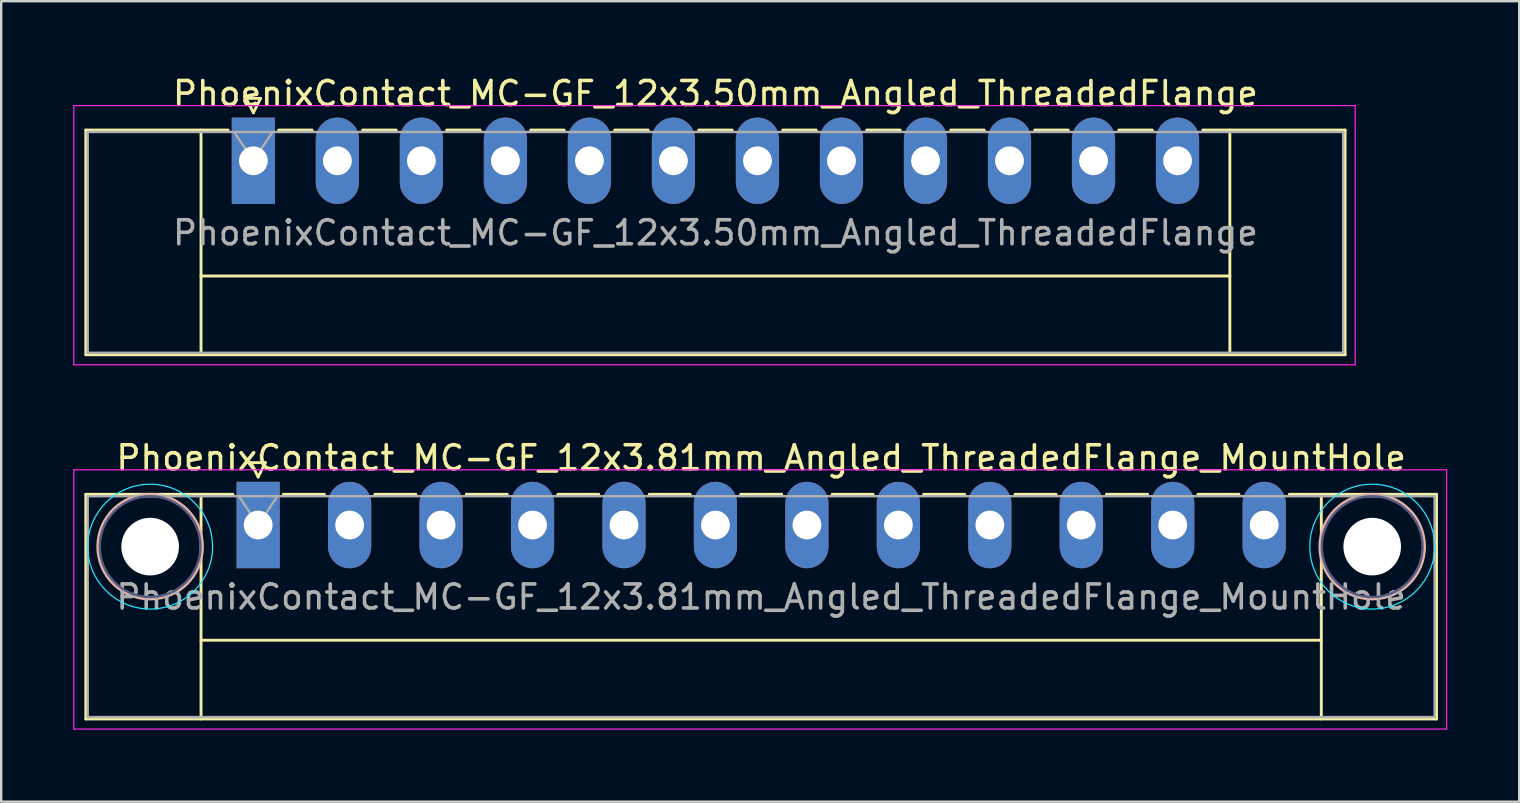
<source format=kicad_pcb>
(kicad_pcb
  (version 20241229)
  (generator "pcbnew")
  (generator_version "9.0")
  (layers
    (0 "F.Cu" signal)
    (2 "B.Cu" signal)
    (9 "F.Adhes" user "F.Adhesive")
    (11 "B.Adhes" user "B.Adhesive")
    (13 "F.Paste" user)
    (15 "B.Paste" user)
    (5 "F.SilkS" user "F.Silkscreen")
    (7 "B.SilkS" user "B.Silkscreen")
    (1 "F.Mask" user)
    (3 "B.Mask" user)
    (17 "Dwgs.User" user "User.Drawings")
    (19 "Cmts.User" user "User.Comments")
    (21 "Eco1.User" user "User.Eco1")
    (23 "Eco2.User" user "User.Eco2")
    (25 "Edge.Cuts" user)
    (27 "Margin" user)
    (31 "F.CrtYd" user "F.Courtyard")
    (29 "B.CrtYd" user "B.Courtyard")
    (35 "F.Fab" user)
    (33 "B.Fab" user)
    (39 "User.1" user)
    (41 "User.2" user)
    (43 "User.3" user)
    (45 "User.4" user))
  (footprint "PhoenixContact_MC-GF_12x3.50mm_Angled_ThreadedFlange"
    (layer "F.Cu")
    (at 7.505 3.648)
    (property "Reference" "PhoenixContact_MC-GF_12x3.50mm_Angled_ThreadedFlange" (at 19.25 -2.8 0) (layer "F.SilkS") (effects (font (size 1 1) (thickness 0.15))))
    (attr through_hole)
    (fp_line (start -6.98 -1.28) (end -6.98 8.08) (stroke (width 0.12) (type solid)) (layer "F.SilkS"))
    (fp_line (start -6.98 -1.28) (end -1.05 -1.28) (stroke (width 0.12) (type solid)) (layer "F.SilkS"))
    (fp_line (start -6.98 8.08) (end 45.48 8.08) (stroke (width 0.12) (type solid)) (layer "F.SilkS"))
    (fp_line (start -2.18 -1.28) (end -2.18 8.08) (stroke (width 0.12) (type solid)) (layer "F.SilkS"))
    (fp_line (start -2.18 4.8) (end 40.68 4.8) (stroke (width 0.12) (type solid)) (layer "F.SilkS"))
    (fp_line (start -0.3 -2.6) (end 0.3 -2.6) (stroke (width 0.12) (type solid)) (layer "F.SilkS"))
    (fp_line (start 0 -2) (end -0.3 -2.6) (stroke (width 0.12) (type solid)) (layer "F.SilkS"))
    (fp_line (start 0.3 -2.6) (end 0 -2) (stroke (width 0.12) (type solid)) (layer "F.SilkS"))
    (fp_line (start 1.05 -1.28) (end 2.45 -1.28) (stroke (width 0.12) (type solid)) (layer "F.SilkS"))
    (fp_line (start 4.55 -1.28) (end 5.95 -1.28) (stroke (width 0.12) (type solid)) (layer "F.SilkS"))
    (fp_line (start 8.05 -1.28) (end 9.45 -1.28) (stroke (width 0.12) (type solid)) (layer "F.SilkS"))
    (fp_line (start 11.55 -1.28) (end 12.95 -1.28) (stroke (width 0.12) (type solid)) (layer "F.SilkS"))
    (fp_line (start 15.05 -1.28) (end 16.45 -1.28) (stroke (width 0.12) (type solid)) (layer "F.SilkS"))
    (fp_line (start 18.55 -1.28) (end 19.95 -1.28) (stroke (width 0.12) (type solid)) (layer "F.SilkS"))
    (fp_line (start 22.05 -1.28) (end 23.45 -1.28) (stroke (width 0.12) (type solid)) (layer "F.SilkS"))
    (fp_line (start 25.55 -1.28) (end 26.95 -1.28) (stroke (width 0.12) (type solid)) (layer "F.SilkS"))
    (fp_line (start 29.05 -1.28) (end 30.45 -1.28) (stroke (width 0.12) (type solid)) (layer "F.SilkS"))
    (fp_line (start 32.55 -1.28) (end 33.95 -1.28) (stroke (width 0.12) (type solid)) (layer "F.SilkS"))
    (fp_line (start 36.05 -1.28) (end 37.45 -1.28) (stroke (width 0.12) (type solid)) (layer "F.SilkS"))
    (fp_line (start 40.68 -1.28) (end 40.68 8.08) (stroke (width 0.12) (type solid)) (layer "F.SilkS"))
    (fp_line (start 45.48 -1.28) (end 39.55 -1.28) (stroke (width 0.12) (type solid)) (layer "F.SilkS"))
    (fp_line (start 45.48 8.08) (end 45.48 -1.28) (stroke (width 0.12) (type solid)) (layer "F.SilkS"))
    (fp_line (start -7.48 -2.3) (end -7.48 8.5) (stroke (width 0.05) (type solid)) (layer "F.CrtYd"))
    (fp_line (start -7.48 8.5) (end 45.9 8.5) (stroke (width 0.05) (type solid)) (layer "F.CrtYd"))
    (fp_line (start 45.9 -2.3) (end -7.48 -2.3) (stroke (width 0.05) (type solid)) (layer "F.CrtYd"))
    (fp_line (start 45.9 8.5) (end 45.9 -2.3) (stroke (width 0.05) (type solid)) (layer "F.CrtYd"))
    (fp_line (start -6.9 -1.2) (end -6.9 8) (stroke (width 0.1) (type solid)) (layer "F.Fab"))
    (fp_line (start -6.9 8) (end 45.4 8) (stroke (width 0.1) (type solid)) (layer "F.Fab"))
    (fp_line (start 0 0) (end -0.8 -1.2) (stroke (width 0.1) (type solid)) (layer "F.Fab"))
    (fp_line (start 0.8 -1.2) (end 0 0) (stroke (width 0.1) (type solid)) (layer "F.Fab"))
    (fp_line (start 45.4 -1.2) (end -6.9 -1.2) (stroke (width 0.1) (type solid)) (layer "F.Fab"))
    (fp_line (start 45.4 8) (end 45.4 -1.2) (stroke (width 0.1) (type solid)) (layer "F.Fab"))
    (fp_text user "${REFERENCE}" (at 19.25 3 0) (layer "F.Fab") (effects (font (size 1 1) (thickness 0.15))))
    (pad "1" thru_hole rect (at 0 0) (size 1.8 3.6) (drill 1.2) (layers "*.Cu" "*.Mask"))
    (pad "2" thru_hole oval (at 3.5 0) (size 1.8 3.6) (drill 1.2) (layers "*.Cu" "*.Mask"))
    (pad "3" thru_hole oval (at 7 0) (size 1.8 3.6) (drill 1.2) (layers "*.Cu" "*.Mask"))
    (pad "4" thru_hole oval (at 10.5 0) (size 1.8 3.6) (drill 1.2) (layers "*.Cu" "*.Mask"))
    (pad "5" thru_hole oval (at 14 0) (size 1.8 3.6) (drill 1.2) (layers "*.Cu" "*.Mask"))
    (pad "6" thru_hole oval (at 17.5 0) (size 1.8 3.6) (drill 1.2) (layers "*.Cu" "*.Mask"))
    (pad "7" thru_hole oval (at 21 0) (size 1.8 3.6) (drill 1.2) (layers "*.Cu" "*.Mask"))
    (pad "8" thru_hole oval (at 24.5 0) (size 1.8 3.6) (drill 1.2) (layers "*.Cu" "*.Mask"))
    (pad "9" thru_hole oval (at 28 0) (size 1.8 3.6) (drill 1.2) (layers "*.Cu" "*.Mask"))
    (pad "10" thru_hole oval (at 31.5 0) (size 1.8 3.6) (drill 1.2) (layers "*.Cu" "*.Mask"))
    (pad "11" thru_hole oval (at 35 0) (size 1.8 3.6) (drill 1.2) (layers "*.Cu" "*.Mask"))
    (pad "12" thru_hole oval (at 38.5 0) (size 1.8 3.6) (drill 1.2) (layers "*.Cu" "*.Mask")))
  (footprint "PhoenixContact_MC-GF_12x3.81mm_Angled_ThreadedFlange_MountHole"
    (layer "F.Cu")
    (at 7.705 18.822)
    (property "Reference" "PhoenixContact_MC-GF_12x3.81mm_Angled_ThreadedFlange_MountHole" (at 20.955 -2.8 0) (layer "F.SilkS") (effects (font (size 1 1) (thickness 0.15))))
    (attr through_hole)
    (fp_line (start -7.18 -1.28) (end -7.18 8.08) (stroke (width 0.12) (type solid)) (layer "F.SilkS"))
    (fp_line (start -7.18 -1.28) (end -1.05 -1.28) (stroke (width 0.12) (type solid)) (layer "F.SilkS"))
    (fp_line (start -7.18 8.08) (end 49.09 8.08) (stroke (width 0.12) (type solid)) (layer "F.SilkS"))
    (fp_line (start -2.38 -1.28) (end -2.38 8.08) (stroke (width 0.12) (type solid)) (layer "F.SilkS"))
    (fp_line (start -2.38 4.8) (end 44.29 4.8) (stroke (width 0.12) (type solid)) (layer "F.SilkS"))
    (fp_line (start -0.3 -2.6) (end 0.3 -2.6) (stroke (width 0.12) (type solid)) (layer "F.SilkS"))
    (fp_line (start 0 -2) (end -0.3 -2.6) (stroke (width 0.12) (type solid)) (layer "F.SilkS"))
    (fp_line (start 0.3 -2.6) (end 0 -2) (stroke (width 0.12) (type solid)) (layer "F.SilkS"))
    (fp_line (start 1.05 -1.28) (end 2.76 -1.28) (stroke (width 0.12) (type solid)) (layer "F.SilkS"))
    (fp_line (start 4.86 -1.28) (end 6.57 -1.28) (stroke (width 0.12) (type solid)) (layer "F.SilkS"))
    (fp_line (start 8.67 -1.28) (end 10.38 -1.28) (stroke (width 0.12) (type solid)) (layer "F.SilkS"))
    (fp_line (start 12.48 -1.28) (end 14.19 -1.28) (stroke (width 0.12) (type solid)) (layer "F.SilkS"))
    (fp_line (start 16.29 -1.28) (end 18 -1.28) (stroke (width 0.12) (type solid)) (layer "F.SilkS"))
    (fp_line (start 20.1 -1.28) (end 21.81 -1.28) (stroke (width 0.12) (type solid)) (layer "F.SilkS"))
    (fp_line (start 23.91 -1.28) (end 25.62 -1.28) (stroke (width 0.12) (type solid)) (layer "F.SilkS"))
    (fp_line (start 27.72 -1.28) (end 29.43 -1.28) (stroke (width 0.12) (type solid)) (layer "F.SilkS"))
    (fp_line (start 31.53 -1.28) (end 33.24 -1.28) (stroke (width 0.12) (type solid)) (layer "F.SilkS"))
    (fp_line (start 35.34 -1.28) (end 37.05 -1.28) (stroke (width 0.12) (type solid)) (layer "F.SilkS"))
    (fp_line (start 39.15 -1.28) (end 40.86 -1.28) (stroke (width 0.12) (type solid)) (layer "F.SilkS"))
    (fp_line (start 44.29 -1.28) (end 44.29 8.08) (stroke (width 0.12) (type solid)) (layer "F.SilkS"))
    (fp_line (start 49.09 -1.28) (end 42.96 -1.28) (stroke (width 0.12) (type solid)) (layer "F.SilkS"))
    (fp_line (start 49.09 8.08) (end 49.09 -1.28) (stroke (width 0.12) (type solid)) (layer "F.SilkS"))
    (fp_circle (center -4.5 0.9) (end -2.32 0.9) (stroke (width 0.12) (type solid)) (fill no) (layer "B.SilkS"))
    (fp_circle (center 46.41 0.9) (end 48.59 0.9) (stroke (width 0.12) (type solid)) (fill no) (layer "B.SilkS"))
    (fp_circle (center -4.5 0.9) (end -1.9 0.9) (stroke (width 0.05) (type solid)) (fill no) (layer "B.CrtYd"))
    (fp_circle (center 46.41 0.9) (end 49.01 0.9) (stroke (width 0.05) (type solid)) (fill no) (layer "B.CrtYd"))
    (fp_line (start -7.68 -2.3) (end -7.68 8.5) (stroke (width 0.05) (type solid)) (layer "F.CrtYd"))
    (fp_line (start -7.68 8.5) (end 49.51 8.5) (stroke (width 0.05) (type solid)) (layer "F.CrtYd"))
    (fp_line (start 49.51 -2.3) (end -7.68 -2.3) (stroke (width 0.05) (type solid)) (layer "F.CrtYd"))
    (fp_line (start 49.51 8.5) (end 49.51 -2.3) (stroke (width 0.05) (type solid)) (layer "F.CrtYd"))
    (fp_circle (center -4.5 0.9) (end -2.4 0.9) (stroke (width 0.1) (type solid)) (fill no) (layer "B.Fab"))
    (fp_circle (center 46.41 0.9) (end 48.51 0.9) (stroke (width 0.1) (type solid)) (fill no) (layer "B.Fab"))
    (fp_line (start -7.1 -1.2) (end -7.1 8) (stroke (width 0.1) (type solid)) (layer "F.Fab"))
    (fp_line (start -7.1 8) (end 49.01 8) (stroke (width 0.1) (type solid)) (layer "F.Fab"))
    (fp_line (start 0 0) (end -0.8 -1.2) (stroke (width 0.1) (type solid)) (layer "F.Fab"))
    (fp_line (start 0.8 -1.2) (end 0 0) (stroke (width 0.1) (type solid)) (layer "F.Fab"))
    (fp_line (start 49.01 -1.2) (end -7.1 -1.2) (stroke (width 0.1) (type solid)) (layer "F.Fab"))
    (fp_line (start 49.01 8) (end 49.01 -1.2) (stroke (width 0.1) (type solid)) (layer "F.Fab"))
    (fp_text user "${REFERENCE}" (at 20.955 3 0) (layer "F.Fab") (effects (font (size 1 1) (thickness 0.15))))
    (pad "" np_thru_hole circle (at -4.5 0.9) (size 2.4 2.4) (drill 2.4) (layers "*.Cu" "*.Mask"))
    (pad "" np_thru_hole circle (at 46.41 0.9) (size 2.4 2.4) (drill 2.4) (layers "*.Cu" "*.Mask"))
    (pad "1" thru_hole rect (at 0 0) (size 1.8 3.6) (drill 1.2) (layers "*.Cu" "*.Mask"))
    (pad "2" thru_hole oval (at 3.81 0) (size 1.8 3.6) (drill 1.2) (layers "*.Cu" "*.Mask"))
    (pad "3" thru_hole oval (at 7.62 0) (size 1.8 3.6) (drill 1.2) (layers "*.Cu" "*.Mask"))
    (pad "4" thru_hole oval (at 11.43 0) (size 1.8 3.6) (drill 1.2) (layers "*.Cu" "*.Mask"))
    (pad "5" thru_hole oval (at 15.24 0) (size 1.8 3.6) (drill 1.2) (layers "*.Cu" "*.Mask"))
    (pad "6" thru_hole oval (at 19.05 0) (size 1.8 3.6) (drill 1.2) (layers "*.Cu" "*.Mask"))
    (pad "7" thru_hole oval (at 22.86 0) (size 1.8 3.6) (drill 1.2) (layers "*.Cu" "*.Mask"))
    (pad "8" thru_hole oval (at 26.67 0) (size 1.8 3.6) (drill 1.2) (layers "*.Cu" "*.Mask"))
    (pad "9" thru_hole oval (at 30.48 0) (size 1.8 3.6) (drill 1.2) (layers "*.Cu" "*.Mask"))
    (pad "10" thru_hole oval (at 34.29 0) (size 1.8 3.6) (drill 1.2) (layers "*.Cu" "*.Mask"))
    (pad "11" thru_hole oval (at 38.1 0) (size 1.8 3.6) (drill 1.2) (layers "*.Cu" "*.Mask"))
    (pad "12" thru_hole oval (at 41.91 0) (size 1.8 3.6) (drill 1.2) (layers "*.Cu" "*.Mask")))
  (gr_rect
    (start -3 -3)
    (end 60.24 30.346)
    (stroke (width 0.1) (type default))
    (fill no)
    (layer "Edge.Cuts")))
</source>
